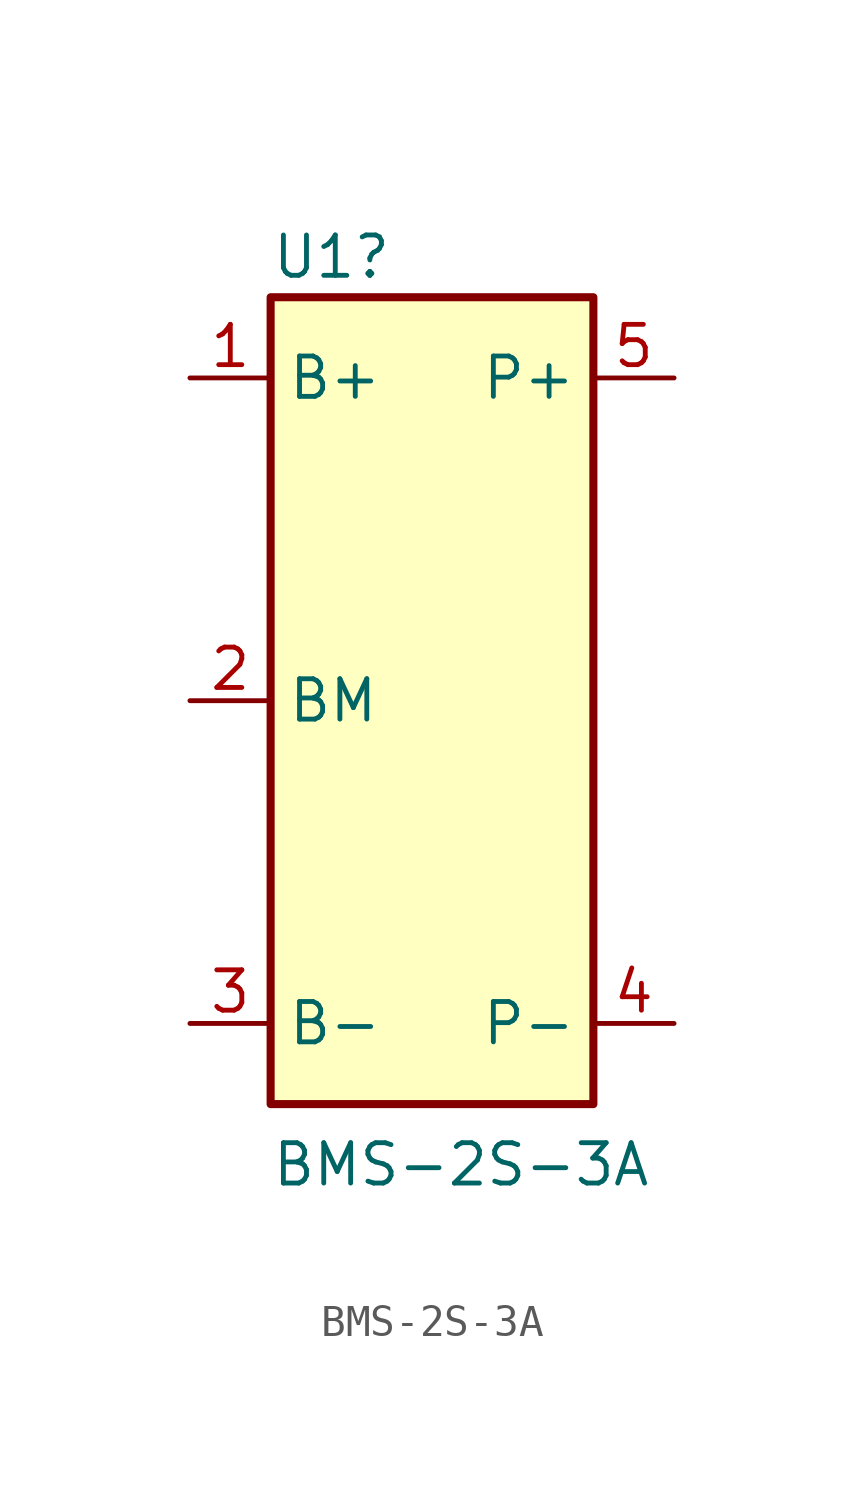
<source format=kicad_sym>
(kicad_symbol_lib
  (version 20220914)
  (generator kicad_symbol_editor)
  (symbol "BMS-2S-3A"
    (property "Reference" "U1"
      (at -5.08 13.97 0)
      (effects (font (size 1.27 1.27)) (justify left)))
    (property "Value" "BMS-2S-3A"
      (at -5.08 -14.605 0)
      (effects (font (size 1.27 1.27)) (justify left)))
    (symbol "BMS-2S-3A_1_0"
      (pin passive line (at -7.62 10.16 0) (length 2.54) (name "B+" (effects (font (size 1.27 1.27)))) (number "1" (effects (font (size 1.27 1.27)))))
      (pin passive line (at -7.62 0 0) (length 2.54) (name "BM" (effects (font (size 1.27 1.27)))) (number "2" (effects (font (size 1.27 1.27)))))
      (pin passive line (at -7.62 -10.16 0) (length 2.54) (name "B-" (effects (font (size 1.27 1.27)))) (number "3" (effects (font (size 1.27 1.27)))))
      (pin power_in line (at 7.62 -10.16 180) (length 2.54) (name "P-" (effects (font (size 1.27 1.27)))) (number "4" (effects (font (size 1.27 1.27)))))
      (pin power_in line (at 7.62 10.16 180) (length 2.54) (name "P+" (effects (font (size 1.27 1.27)))) (number "5" (effects (font (size 1.27 1.27))))))
    (symbol "BMS-2S-3A_1_1"
      (rectangle (start -5.08 12.7) (end 5.08 -12.7) (stroke (width 0.254) (type default)) (fill (type background))))))
</source>
